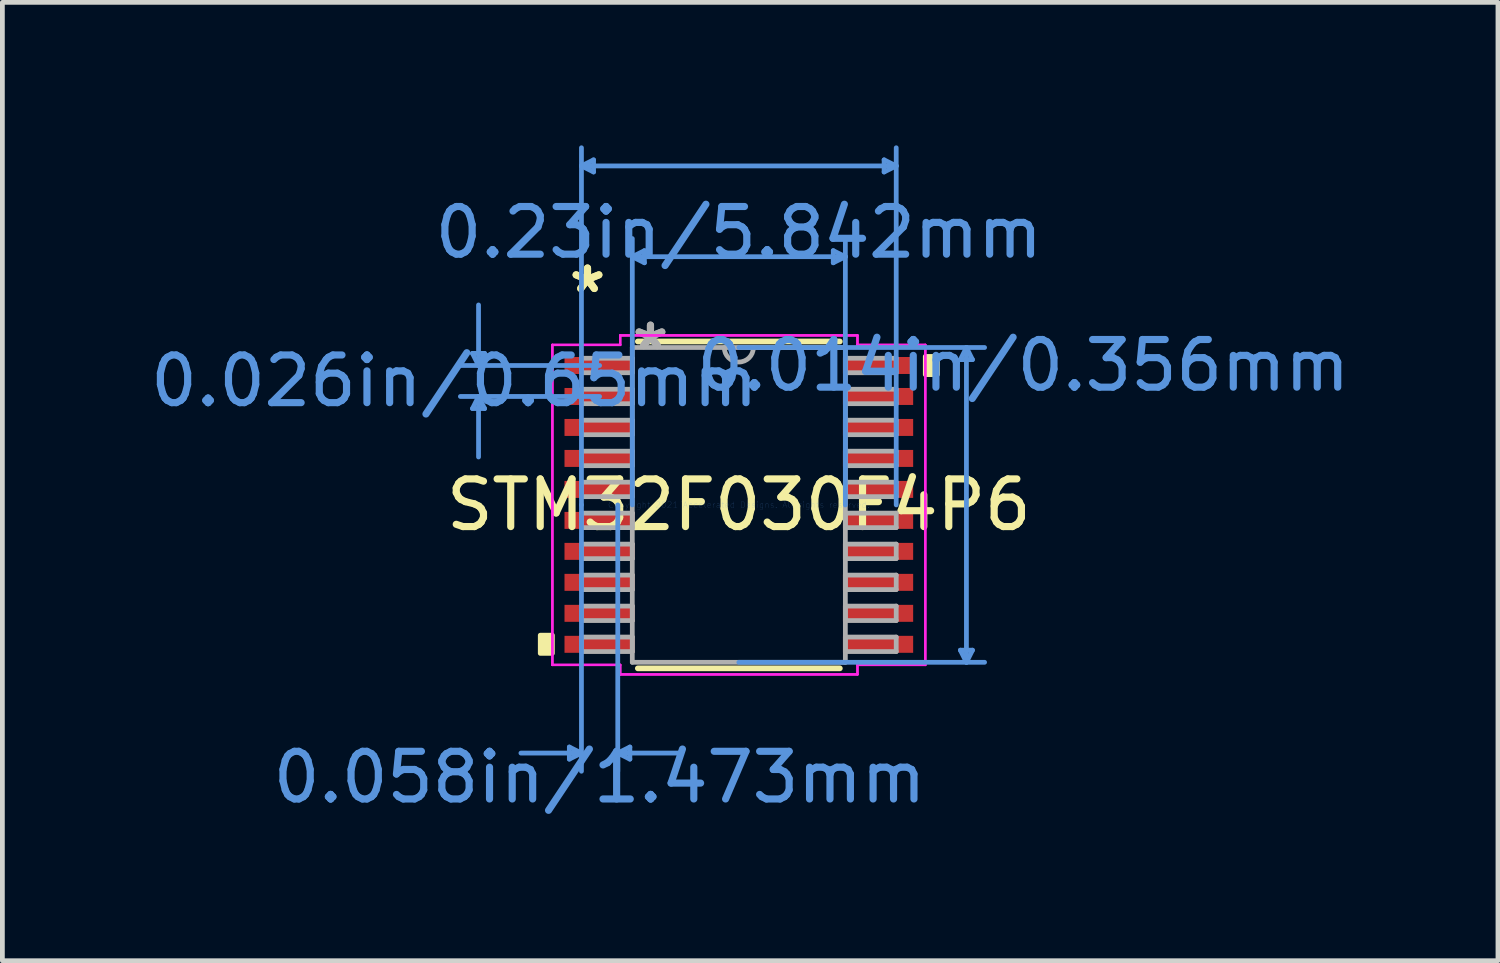
<source format=kicad_pcb>
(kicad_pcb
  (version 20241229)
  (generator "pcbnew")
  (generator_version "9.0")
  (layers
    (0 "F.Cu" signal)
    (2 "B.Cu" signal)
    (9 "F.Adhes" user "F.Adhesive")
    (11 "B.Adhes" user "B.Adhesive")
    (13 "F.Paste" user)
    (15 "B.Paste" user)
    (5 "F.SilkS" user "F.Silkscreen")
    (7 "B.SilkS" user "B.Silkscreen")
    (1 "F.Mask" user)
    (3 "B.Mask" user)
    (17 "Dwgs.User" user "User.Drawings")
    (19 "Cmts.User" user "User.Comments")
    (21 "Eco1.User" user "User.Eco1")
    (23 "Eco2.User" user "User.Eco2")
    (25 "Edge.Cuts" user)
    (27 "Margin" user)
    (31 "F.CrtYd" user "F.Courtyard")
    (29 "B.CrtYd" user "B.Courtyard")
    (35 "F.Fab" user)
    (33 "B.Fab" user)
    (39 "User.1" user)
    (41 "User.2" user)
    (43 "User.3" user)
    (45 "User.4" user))
  (footprint "STM32F030F4P6"
    (layer "F.Cu")
    (at 12.451 7.543)
    (property "Reference" "STM32F030F4P6" (at 0 0 0) (layer "F.SilkS") (effects (font (size 1 1) (thickness 0.15))))
    (attr through_hole)
    (fp_line (start -2.119 3.429) (end 2.119 3.429) (stroke (width 0.12) (type solid)) (layer "F.SilkS"))
    (fp_line (start 2.119 -3.429) (end -2.119 -3.429) (stroke (width 0.12) (type solid)) (layer "F.SilkS"))
    (fp_poly (pts (xy -4.166 2.734) (xy -4.166 3.115) (xy -3.912 3.115) (xy -3.912 2.734)) (stroke (width 0.1) (type solid)) (fill yes) (layer "F.SilkS"))
    (fp_poly (pts (xy 4.166 -3.115) (xy 4.166 -2.734) (xy 3.912 -2.734) (xy 3.912 -3.115)) (stroke (width 0.1) (type solid)) (fill yes) (layer "F.SilkS"))
    (fp_line (start -5.588 -3.179) (end -5.334 -3.179) (stroke (width 0.1) (type solid)) (layer "Cmts.User"))
    (fp_line (start -5.588 -2.021) (end -5.334 -2.021) (stroke (width 0.1) (type solid)) (layer "Cmts.User"))
    (fp_line (start -5.461 -2.925) (end -5.588 -3.179) (stroke (width 0.1) (type solid)) (layer "Cmts.User"))
    (fp_line (start -5.461 -2.925) (end -5.461 -4.195) (stroke (width 0.1) (type solid)) (layer "Cmts.User"))
    (fp_line (start -5.461 -2.925) (end -5.334 -3.179) (stroke (width 0.1) (type solid)) (layer "Cmts.User"))
    (fp_line (start -5.461 -2.275) (end -5.588 -2.021) (stroke (width 0.1) (type solid)) (layer "Cmts.User"))
    (fp_line (start -5.461 -2.275) (end -5.461 -1.005) (stroke (width 0.1) (type solid)) (layer "Cmts.User"))
    (fp_line (start -5.461 -2.275) (end -5.334 -2.021) (stroke (width 0.1) (type solid)) (layer "Cmts.User"))
    (fp_line (start -3.556 5.08) (end -3.556 5.334) (stroke (width 0.1) (type solid)) (layer "Cmts.User"))
    (fp_line (start -3.302 -7.112) (end -3.048 -7.239) (stroke (width 0.1) (type solid)) (layer "Cmts.User"))
    (fp_line (start -3.302 -7.112) (end -3.048 -6.985) (stroke (width 0.1) (type solid)) (layer "Cmts.User"))
    (fp_line (start -3.302 -7.112) (end 3.302 -7.112) (stroke (width 0.1) (type solid)) (layer "Cmts.User"))
    (fp_line (start -3.302 0) (end -3.302 -7.493) (stroke (width 0.1) (type solid)) (layer "Cmts.User"))
    (fp_line (start -3.302 0) (end -3.302 5.588) (stroke (width 0.1) (type solid)) (layer "Cmts.User"))
    (fp_line (start -3.302 5.207) (end -4.572 5.207) (stroke (width 0.1) (type solid)) (layer "Cmts.User"))
    (fp_line (start -3.302 5.207) (end -3.556 5.08) (stroke (width 0.1) (type solid)) (layer "Cmts.User"))
    (fp_line (start -3.302 5.207) (end -3.556 5.334) (stroke (width 0.1) (type solid)) (layer "Cmts.User"))
    (fp_line (start -3.048 -7.239) (end -3.048 -6.985) (stroke (width 0.1) (type solid)) (layer "Cmts.User"))
    (fp_line (start -2.921 -2.925) (end -5.842 -2.925) (stroke (width 0.1) (type solid)) (layer "Cmts.User"))
    (fp_line (start -2.921 -2.275) (end -5.842 -2.275) (stroke (width 0.1) (type solid)) (layer "Cmts.User"))
    (fp_line (start -2.54 0) (end -2.54 5.588) (stroke (width 0.1) (type solid)) (layer "Cmts.User"))
    (fp_line (start -2.54 5.207) (end -2.286 5.08) (stroke (width 0.1) (type solid)) (layer "Cmts.User"))
    (fp_line (start -2.54 5.207) (end -2.286 5.334) (stroke (width 0.1) (type solid)) (layer "Cmts.User"))
    (fp_line (start -2.54 5.207) (end -1.27 5.207) (stroke (width 0.1) (type solid)) (layer "Cmts.User"))
    (fp_line (start -2.286 5.08) (end -2.286 5.334) (stroke (width 0.1) (type solid)) (layer "Cmts.User"))
    (fp_line (start -2.235 -5.207) (end -1.981 -5.334) (stroke (width 0.1) (type solid)) (layer "Cmts.User"))
    (fp_line (start -2.235 -5.207) (end -1.981 -5.08) (stroke (width 0.1) (type solid)) (layer "Cmts.User"))
    (fp_line (start -2.235 -5.207) (end 2.235 -5.207) (stroke (width 0.1) (type solid)) (layer "Cmts.User"))
    (fp_line (start -2.235 0) (end -2.235 -5.588) (stroke (width 0.1) (type solid)) (layer "Cmts.User"))
    (fp_line (start -1.981 -5.334) (end -1.981 -5.08) (stroke (width 0.1) (type solid)) (layer "Cmts.User"))
    (fp_line (start 0 -3.302) (end 5.156 -3.302) (stroke (width 0.1) (type solid)) (layer "Cmts.User"))
    (fp_line (start 0 3.302) (end 5.156 3.302) (stroke (width 0.1) (type solid)) (layer "Cmts.User"))
    (fp_line (start 1.981 -5.334) (end 1.981 -5.08) (stroke (width 0.1) (type solid)) (layer "Cmts.User"))
    (fp_line (start 2.235 -5.207) (end 1.981 -5.334) (stroke (width 0.1) (type solid)) (layer "Cmts.User"))
    (fp_line (start 2.235 -5.207) (end 1.981 -5.08) (stroke (width 0.1) (type solid)) (layer "Cmts.User"))
    (fp_line (start 2.235 0) (end 2.235 -5.588) (stroke (width 0.1) (type solid)) (layer "Cmts.User"))
    (fp_line (start 3.048 -7.239) (end 3.048 -6.985) (stroke (width 0.1) (type solid)) (layer "Cmts.User"))
    (fp_line (start 3.302 -7.112) (end 3.048 -7.239) (stroke (width 0.1) (type solid)) (layer "Cmts.User"))
    (fp_line (start 3.302 -7.112) (end 3.048 -6.985) (stroke (width 0.1) (type solid)) (layer "Cmts.User"))
    (fp_line (start 3.302 0) (end 3.302 -7.493) (stroke (width 0.1) (type solid)) (layer "Cmts.User"))
    (fp_line (start 4.648 -3.048) (end 4.902 -3.048) (stroke (width 0.1) (type solid)) (layer "Cmts.User"))
    (fp_line (start 4.648 3.048) (end 4.902 3.048) (stroke (width 0.1) (type solid)) (layer "Cmts.User"))
    (fp_line (start 4.775 -3.302) (end 4.648 -3.048) (stroke (width 0.1) (type solid)) (layer "Cmts.User"))
    (fp_line (start 4.775 -3.302) (end 4.775 3.302) (stroke (width 0.1) (type solid)) (layer "Cmts.User"))
    (fp_line (start 4.775 -3.302) (end 4.902 -3.048) (stroke (width 0.1) (type solid)) (layer "Cmts.User"))
    (fp_line (start 4.775 3.302) (end 4.648 3.048) (stroke (width 0.1) (type solid)) (layer "Cmts.User"))
    (fp_line (start 4.775 3.302) (end 4.902 3.048) (stroke (width 0.1) (type solid)) (layer "Cmts.User"))
    (fp_line (start -3.912 -3.357) (end -2.489 -3.357) (stroke (width 0.05) (type solid)) (layer "F.CrtYd"))
    (fp_line (start -3.912 -3.357) (end -2.489 -3.357) (stroke (width 0.05) (type solid)) (layer "F.CrtYd"))
    (fp_line (start -3.912 3.357) (end -3.912 -3.357) (stroke (width 0.05) (type solid)) (layer "F.CrtYd"))
    (fp_line (start -3.912 3.357) (end -3.912 -3.357) (stroke (width 0.05) (type solid)) (layer "F.CrtYd"))
    (fp_line (start -3.912 3.357) (end -2.489 3.357) (stroke (width 0.05) (type solid)) (layer "F.CrtYd"))
    (fp_line (start -2.489 -3.556) (end 2.489 -3.556) (stroke (width 0.05) (type solid)) (layer "F.CrtYd"))
    (fp_line (start -2.489 -3.556) (end 2.489 -3.556) (stroke (width 0.05) (type solid)) (layer "F.CrtYd"))
    (fp_line (start -2.489 -3.357) (end -2.489 -3.556) (stroke (width 0.05) (type solid)) (layer "F.CrtYd"))
    (fp_line (start -2.489 -3.357) (end -2.489 -3.556) (stroke (width 0.05) (type solid)) (layer "F.CrtYd"))
    (fp_line (start -2.489 3.357) (end -3.912 3.357) (stroke (width 0.05) (type solid)) (layer "F.CrtYd"))
    (fp_line (start -2.489 3.556) (end -2.489 3.357) (stroke (width 0.05) (type solid)) (layer "F.CrtYd"))
    (fp_line (start -2.489 3.556) (end -2.489 3.357) (stroke (width 0.05) (type solid)) (layer "F.CrtYd"))
    (fp_line (start 2.489 -3.556) (end 2.489 -3.357) (stroke (width 0.05) (type solid)) (layer "F.CrtYd"))
    (fp_line (start 2.489 -3.556) (end 2.489 -3.357) (stroke (width 0.05) (type solid)) (layer "F.CrtYd"))
    (fp_line (start 2.489 -3.357) (end 3.912 -3.357) (stroke (width 0.05) (type solid)) (layer "F.CrtYd"))
    (fp_line (start 2.489 3.357) (end 2.489 3.556) (stroke (width 0.05) (type solid)) (layer "F.CrtYd"))
    (fp_line (start 2.489 3.357) (end 2.489 3.556) (stroke (width 0.05) (type solid)) (layer "F.CrtYd"))
    (fp_line (start 2.489 3.556) (end -2.489 3.556) (stroke (width 0.05) (type solid)) (layer "F.CrtYd"))
    (fp_line (start 2.489 3.556) (end -2.489 3.556) (stroke (width 0.05) (type solid)) (layer "F.CrtYd"))
    (fp_line (start 3.912 -3.357) (end 2.489 -3.357) (stroke (width 0.05) (type solid)) (layer "F.CrtYd"))
    (fp_line (start 3.912 -3.357) (end 3.912 3.357) (stroke (width 0.05) (type solid)) (layer "F.CrtYd"))
    (fp_line (start 3.912 -3.357) (end 3.912 3.357) (stroke (width 0.05) (type solid)) (layer "F.CrtYd"))
    (fp_line (start 3.912 3.357) (end 2.489 3.357) (stroke (width 0.05) (type solid)) (layer "F.CrtYd"))
    (fp_line (start 3.912 3.357) (end 2.489 3.357) (stroke (width 0.05) (type solid)) (layer "F.CrtYd"))
    (fp_line (start -3.302 -3.077) (end -3.302 -2.773) (stroke (width 0.1) (type solid)) (layer "F.Fab"))
    (fp_line (start -3.302 -2.773) (end -2.235 -2.773) (stroke (width 0.1) (type solid)) (layer "F.Fab"))
    (fp_line (start -3.302 -2.427) (end -3.302 -2.123) (stroke (width 0.1) (type solid)) (layer "F.Fab"))
    (fp_line (start -3.302 -2.123) (end -2.235 -2.123) (stroke (width 0.1) (type solid)) (layer "F.Fab"))
    (fp_line (start -3.302 -1.777) (end -3.302 -1.473) (stroke (width 0.1) (type solid)) (layer "F.Fab"))
    (fp_line (start -3.302 -1.473) (end -2.235 -1.473) (stroke (width 0.1) (type solid)) (layer "F.Fab"))
    (fp_line (start -3.302 -1.127) (end -3.302 -0.823) (stroke (width 0.1) (type solid)) (layer "F.Fab"))
    (fp_line (start -3.302 -0.823) (end -2.235 -0.823) (stroke (width 0.1) (type solid)) (layer "F.Fab"))
    (fp_line (start -3.302 -0.477) (end -3.302 -0.173) (stroke (width 0.1) (type solid)) (layer "F.Fab"))
    (fp_line (start -3.302 -0.173) (end -2.235 -0.173) (stroke (width 0.1) (type solid)) (layer "F.Fab"))
    (fp_line (start -3.302 0.173) (end -3.302 0.477) (stroke (width 0.1) (type solid)) (layer "F.Fab"))
    (fp_line (start -3.302 0.477) (end -2.235 0.477) (stroke (width 0.1) (type solid)) (layer "F.Fab"))
    (fp_line (start -3.302 0.823) (end -3.302 1.127) (stroke (width 0.1) (type solid)) (layer "F.Fab"))
    (fp_line (start -3.302 1.127) (end -2.235 1.127) (stroke (width 0.1) (type solid)) (layer "F.Fab"))
    (fp_line (start -3.302 1.473) (end -3.302 1.777) (stroke (width 0.1) (type solid)) (layer "F.Fab"))
    (fp_line (start -3.302 1.777) (end -2.235 1.777) (stroke (width 0.1) (type solid)) (layer "F.Fab"))
    (fp_line (start -3.302 2.123) (end -3.302 2.427) (stroke (width 0.1) (type solid)) (layer "F.Fab"))
    (fp_line (start -3.302 2.427) (end -2.235 2.427) (stroke (width 0.1) (type solid)) (layer "F.Fab"))
    (fp_line (start -3.302 2.773) (end -3.302 3.077) (stroke (width 0.1) (type solid)) (layer "F.Fab"))
    (fp_line (start -3.302 3.077) (end -2.235 3.077) (stroke (width 0.1) (type solid)) (layer "F.Fab"))
    (fp_line (start -2.235 -3.302) (end -2.235 3.302) (stroke (width 0.1) (type solid)) (layer "F.Fab"))
    (fp_line (start -2.235 -3.077) (end -3.302 -3.077) (stroke (width 0.1) (type solid)) (layer "F.Fab"))
    (fp_line (start -2.235 -2.773) (end -2.235 -3.077) (stroke (width 0.1) (type solid)) (layer "F.Fab"))
    (fp_line (start -2.235 -2.427) (end -3.302 -2.427) (stroke (width 0.1) (type solid)) (layer "F.Fab"))
    (fp_line (start -2.235 -2.123) (end -2.235 -2.427) (stroke (width 0.1) (type solid)) (layer "F.Fab"))
    (fp_line (start -2.235 -1.777) (end -3.302 -1.777) (stroke (width 0.1) (type solid)) (layer "F.Fab"))
    (fp_line (start -2.235 -1.473) (end -2.235 -1.777) (stroke (width 0.1) (type solid)) (layer "F.Fab"))
    (fp_line (start -2.235 -1.127) (end -3.302 -1.127) (stroke (width 0.1) (type solid)) (layer "F.Fab"))
    (fp_line (start -2.235 -0.823) (end -2.235 -1.127) (stroke (width 0.1) (type solid)) (layer "F.Fab"))
    (fp_line (start -2.235 -0.477) (end -3.302 -0.477) (stroke (width 0.1) (type solid)) (layer "F.Fab"))
    (fp_line (start -2.235 -0.173) (end -2.235 -0.477) (stroke (width 0.1) (type solid)) (layer "F.Fab"))
    (fp_line (start -2.235 0.173) (end -3.302 0.173) (stroke (width 0.1) (type solid)) (layer "F.Fab"))
    (fp_line (start -2.235 0.477) (end -2.235 0.173) (stroke (width 0.1) (type solid)) (layer "F.Fab"))
    (fp_line (start -2.235 0.823) (end -3.302 0.823) (stroke (width 0.1) (type solid)) (layer "F.Fab"))
    (fp_line (start -2.235 1.127) (end -2.235 0.823) (stroke (width 0.1) (type solid)) (layer "F.Fab"))
    (fp_line (start -2.235 1.473) (end -3.302 1.473) (stroke (width 0.1) (type solid)) (layer "F.Fab"))
    (fp_line (start -2.235 1.777) (end -2.235 1.473) (stroke (width 0.1) (type solid)) (layer "F.Fab"))
    (fp_line (start -2.235 2.123) (end -3.302 2.123) (stroke (width 0.1) (type solid)) (layer "F.Fab"))
    (fp_line (start -2.235 2.427) (end -2.235 2.123) (stroke (width 0.1) (type solid)) (layer "F.Fab"))
    (fp_line (start -2.235 2.773) (end -3.302 2.773) (stroke (width 0.1) (type solid)) (layer "F.Fab"))
    (fp_line (start -2.235 3.077) (end -2.235 2.773) (stroke (width 0.1) (type solid)) (layer "F.Fab"))
    (fp_line (start -2.235 3.302) (end 2.235 3.302) (stroke (width 0.1) (type solid)) (layer "F.Fab"))
    (fp_line (start 2.235 -3.302) (end -2.235 -3.302) (stroke (width 0.1) (type solid)) (layer "F.Fab"))
    (fp_line (start 2.235 -3.077) (end 2.235 -2.773) (stroke (width 0.1) (type solid)) (layer "F.Fab"))
    (fp_line (start 2.235 -2.773) (end 3.302 -2.773) (stroke (width 0.1) (type solid)) (layer "F.Fab"))
    (fp_line (start 2.235 -2.427) (end 2.235 -2.123) (stroke (width 0.1) (type solid)) (layer "F.Fab"))
    (fp_line (start 2.235 -2.123) (end 3.302 -2.123) (stroke (width 0.1) (type solid)) (layer "F.Fab"))
    (fp_line (start 2.235 -1.777) (end 2.235 -1.473) (stroke (width 0.1) (type solid)) (layer "F.Fab"))
    (fp_line (start 2.235 -1.473) (end 3.302 -1.473) (stroke (width 0.1) (type solid)) (layer "F.Fab"))
    (fp_line (start 2.235 -1.127) (end 2.235 -0.823) (stroke (width 0.1) (type solid)) (layer "F.Fab"))
    (fp_line (start 2.235 -0.823) (end 3.302 -0.823) (stroke (width 0.1) (type solid)) (layer "F.Fab"))
    (fp_line (start 2.235 -0.477) (end 2.235 -0.173) (stroke (width 0.1) (type solid)) (layer "F.Fab"))
    (fp_line (start 2.235 -0.173) (end 3.302 -0.173) (stroke (width 0.1) (type solid)) (layer "F.Fab"))
    (fp_line (start 2.235 0.173) (end 2.235 0.477) (stroke (width 0.1) (type solid)) (layer "F.Fab"))
    (fp_line (start 2.235 0.477) (end 3.302 0.477) (stroke (width 0.1) (type solid)) (layer "F.Fab"))
    (fp_line (start 2.235 0.823) (end 2.235 1.127) (stroke (width 0.1) (type solid)) (layer "F.Fab"))
    (fp_line (start 2.235 1.127) (end 3.302 1.127) (stroke (width 0.1) (type solid)) (layer "F.Fab"))
    (fp_line (start 2.235 1.473) (end 2.235 1.777) (stroke (width 0.1) (type solid)) (layer "F.Fab"))
    (fp_line (start 2.235 1.777) (end 3.302 1.777) (stroke (width 0.1) (type solid)) (layer "F.Fab"))
    (fp_line (start 2.235 2.123) (end 2.235 2.427) (stroke (width 0.1) (type solid)) (layer "F.Fab"))
    (fp_line (start 2.235 2.427) (end 3.302 2.427) (stroke (width 0.1) (type solid)) (layer "F.Fab"))
    (fp_line (start 2.235 2.773) (end 2.235 3.077) (stroke (width 0.1) (type solid)) (layer "F.Fab"))
    (fp_line (start 2.235 3.077) (end 3.302 3.077) (stroke (width 0.1) (type solid)) (layer "F.Fab"))
    (fp_line (start 2.235 3.302) (end 2.235 -3.302) (stroke (width 0.1) (type solid)) (layer "F.Fab"))
    (fp_line (start 3.302 -3.077) (end 2.235 -3.077) (stroke (width 0.1) (type solid)) (layer "F.Fab"))
    (fp_line (start 3.302 -2.773) (end 3.302 -3.077) (stroke (width 0.1) (type solid)) (layer "F.Fab"))
    (fp_line (start 3.302 -2.427) (end 2.235 -2.427) (stroke (width 0.1) (type solid)) (layer "F.Fab"))
    (fp_line (start 3.302 -2.123) (end 3.302 -2.427) (stroke (width 0.1) (type solid)) (layer "F.Fab"))
    (fp_line (start 3.302 -1.777) (end 2.235 -1.777) (stroke (width 0.1) (type solid)) (layer "F.Fab"))
    (fp_line (start 3.302 -1.473) (end 3.302 -1.777) (stroke (width 0.1) (type solid)) (layer "F.Fab"))
    (fp_line (start 3.302 -1.127) (end 2.235 -1.127) (stroke (width 0.1) (type solid)) (layer "F.Fab"))
    (fp_line (start 3.302 -0.823) (end 3.302 -1.127) (stroke (width 0.1) (type solid)) (layer "F.Fab"))
    (fp_line (start 3.302 -0.477) (end 2.235 -0.477) (stroke (width 0.1) (type solid)) (layer "F.Fab"))
    (fp_line (start 3.302 -0.173) (end 3.302 -0.477) (stroke (width 0.1) (type solid)) (layer "F.Fab"))
    (fp_line (start 3.302 0.173) (end 2.235 0.173) (stroke (width 0.1) (type solid)) (layer "F.Fab"))
    (fp_line (start 3.302 0.477) (end 3.302 0.173) (stroke (width 0.1) (type solid)) (layer "F.Fab"))
    (fp_line (start 3.302 0.823) (end 2.235 0.823) (stroke (width 0.1) (type solid)) (layer "F.Fab"))
    (fp_line (start 3.302 1.127) (end 3.302 0.823) (stroke (width 0.1) (type solid)) (layer "F.Fab"))
    (fp_line (start 3.302 1.473) (end 2.235 1.473) (stroke (width 0.1) (type solid)) (layer "F.Fab"))
    (fp_line (start 3.302 1.777) (end 3.302 1.473) (stroke (width 0.1) (type solid)) (layer "F.Fab"))
    (fp_line (start 3.302 2.123) (end 2.235 2.123) (stroke (width 0.1) (type solid)) (layer "F.Fab"))
    (fp_line (start 3.302 2.427) (end 3.302 2.123) (stroke (width 0.1) (type solid)) (layer "F.Fab"))
    (fp_line (start 3.302 2.773) (end 2.235 2.773) (stroke (width 0.1) (type solid)) (layer "F.Fab"))
    (fp_line (start 3.302 3.077) (end 3.302 2.773) (stroke (width 0.1) (type solid)) (layer "F.Fab"))
    (fp_arc (start 0.3048 -3.302) (mid 0 -2.9972) (end -0.3048 -3.302) (stroke (width 0.1) (type solid)) (layer "F.Fab"))
    (fp_text user "*" (at -3.175 -4.424 0) (layer "F.SilkS") (effects (font (size 1 1) (thickness 0.15))))
    (fp_text user "*" (at -3.175 -4.424 0) (layer "F.SilkS") (effects (font (size 1 1) (thickness 0.15))))
    (fp_text user "Copyright 2021 Accelerated Designs. All rights reserved." (at 0 0 0) (layer "Cmts.User") (effects (font (size 0.127 0.127) (thickness 0.002))))
    (fp_text user "0.058in/1.473mm" (at -2.921 5.715 0) (layer "Cmts.User") (effects (font (size 1 1) (thickness 0.15))))
    (fp_text user "0.014in/0.356mm" (at 5.969 -2.925 0) (layer "Cmts.User") (effects (font (size 1 1) (thickness 0.15))))
    (fp_text user "0.026in/0.65mm" (at -5.969 -2.6 0) (layer "Cmts.User") (effects (font (size 1 1) (thickness 0.15))))
    (fp_text user "0.23in/5.842mm" (at 0 -5.715 0) (layer "Cmts.User") (effects (font (size 1 1) (thickness 0.15))))
    (fp_text user "*" (at -1.854 -3.226 0) (layer "F.Fab") (effects (font (size 1 1) (thickness 0.15))))
    (fp_text user "*" (at -1.854 -3.226 0) (layer "F.Fab") (effects (font (size 1 1) (thickness 0.15))))
    (pad "1" smd rect (at -2.921 -2.925) (size 1.473 0.356) (layers "F.Cu" "F.Mask" "F.Paste"))
    (pad "2" smd rect (at -2.921 -2.275) (size 1.473 0.356) (layers "F.Cu" "F.Mask" "F.Paste"))
    (pad "3" smd rect (at -2.921 -1.625) (size 1.473 0.356) (layers "F.Cu" "F.Mask" "F.Paste"))
    (pad "4" smd rect (at -2.921 -0.975) (size 1.473 0.356) (layers "F.Cu" "F.Mask" "F.Paste"))
    (pad "5" smd rect (at -2.921 -0.325) (size 1.473 0.356) (layers "F.Cu" "F.Mask" "F.Paste"))
    (pad "6" smd rect (at -2.921 0.325) (size 1.473 0.356) (layers "F.Cu" "F.Mask" "F.Paste"))
    (pad "7" smd rect (at -2.921 0.975) (size 1.473 0.356) (layers "F.Cu" "F.Mask" "F.Paste"))
    (pad "8" smd rect (at -2.921 1.625) (size 1.473 0.356) (layers "F.Cu" "F.Mask" "F.Paste"))
    (pad "9" smd rect (at -2.921 2.275) (size 1.473 0.356) (layers "F.Cu" "F.Mask" "F.Paste"))
    (pad "10" smd rect (at -2.921 2.925) (size 1.473 0.356) (layers "F.Cu" "F.Mask" "F.Paste"))
    (pad "11" smd rect (at 2.921 2.925) (size 1.473 0.356) (layers "F.Cu" "F.Mask" "F.Paste"))
    (pad "12" smd rect (at 2.921 2.275) (size 1.473 0.356) (layers "F.Cu" "F.Mask" "F.Paste"))
    (pad "13" smd rect (at 2.921 1.625) (size 1.473 0.356) (layers "F.Cu" "F.Mask" "F.Paste"))
    (pad "14" smd rect (at 2.921 0.975) (size 1.473 0.356) (layers "F.Cu" "F.Mask" "F.Paste"))
    (pad "15" smd rect (at 2.921 0.325) (size 1.473 0.356) (layers "F.Cu" "F.Mask" "F.Paste"))
    (pad "16" smd rect (at 2.921 -0.325) (size 1.473 0.356) (layers "F.Cu" "F.Mask" "F.Paste"))
    (pad "17" smd rect (at 2.921 -0.975) (size 1.473 0.356) (layers "F.Cu" "F.Mask" "F.Paste"))
    (pad "18" smd rect (at 2.921 -1.625) (size 1.473 0.356) (layers "F.Cu" "F.Mask" "F.Paste"))
    (pad "19" smd rect (at 2.921 -2.275) (size 1.473 0.356) (layers "F.Cu" "F.Mask" "F.Paste"))
    (pad "20" smd rect (at 2.921 -2.925) (size 1.473 0.356) (layers "F.Cu" "F.Mask" "F.Paste")))
  (gr_rect
    (start -3 -3)
    (end 28.378 17.106)
    (stroke (width 0.1) (type default))
    (fill no)
    (layer "Edge.Cuts")))
</source>
